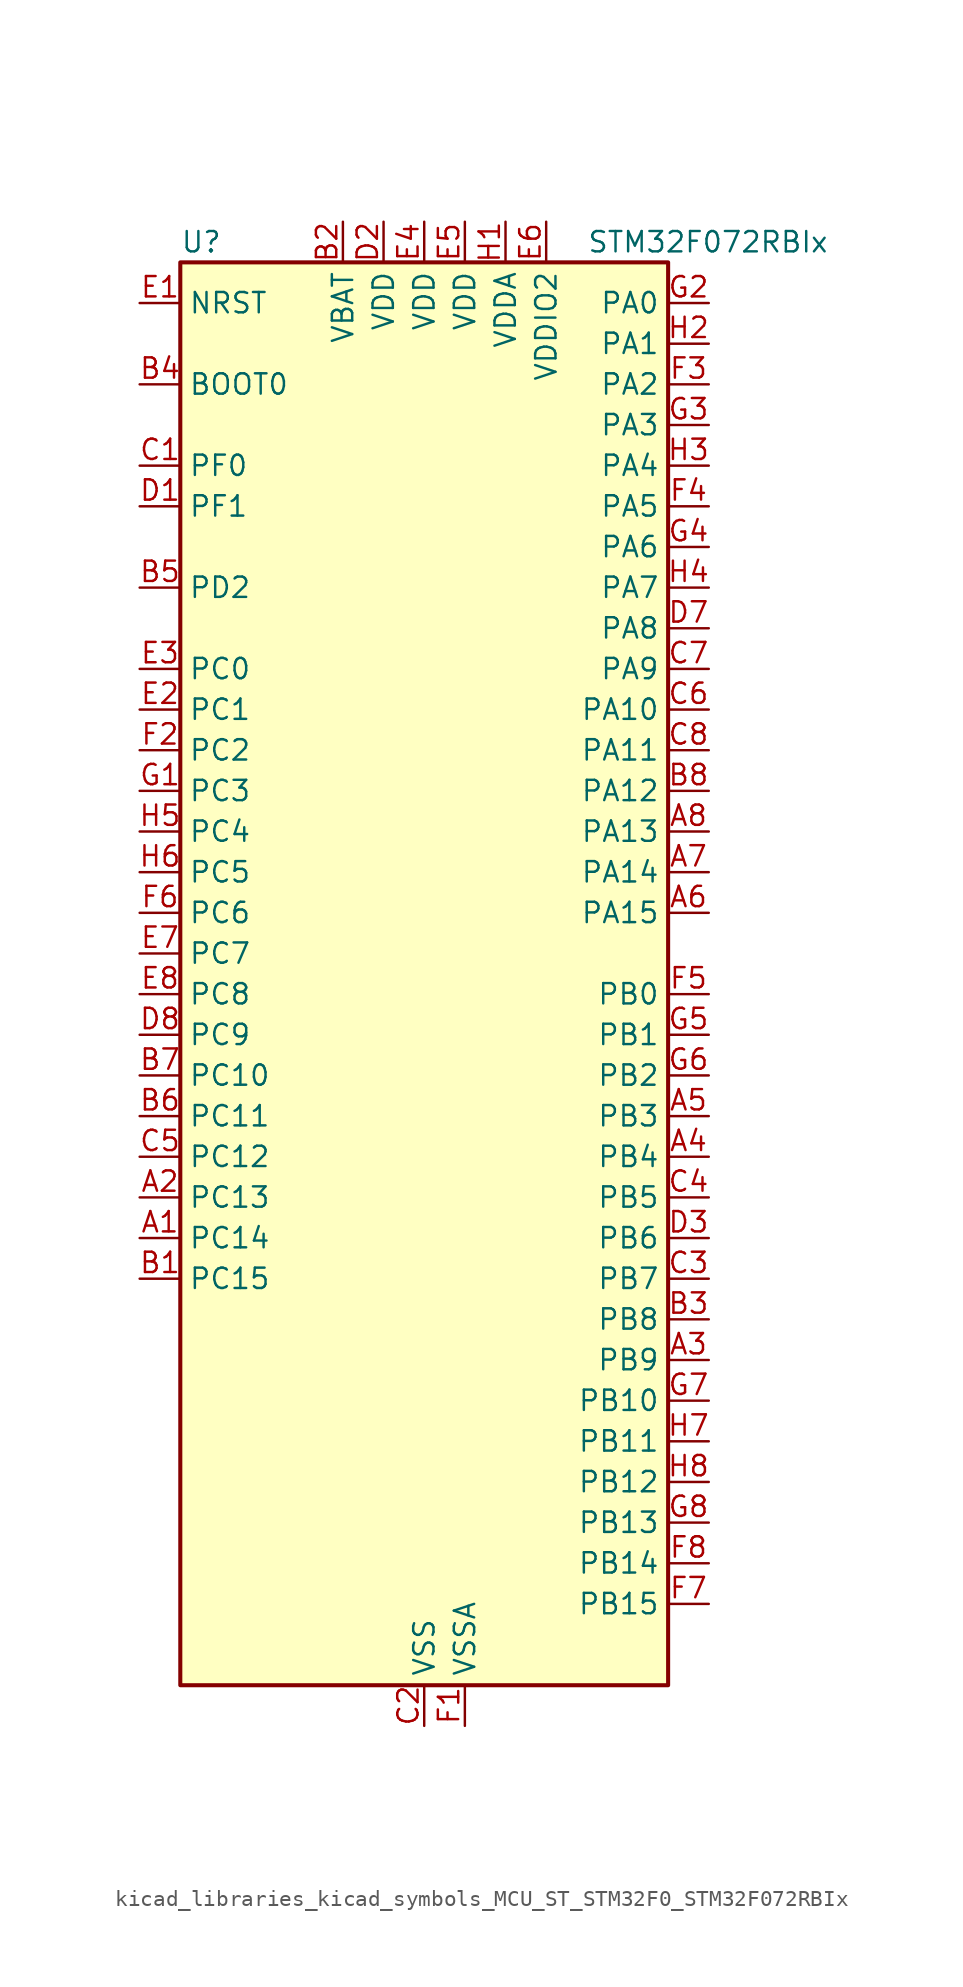
<source format=kicad_sym>
(kicad_symbol_lib
  (version 20220914)
  (generator kicad_symbol_editor)
  (symbol "kicad_libraries_kicad_symbols_MCU_ST_STM32F0_STM32F072RBIx"
    (property "Reference" "U"
      (at -15.24 46.99 0)
      (effects (font (size 1.27 1.27)) (justify left)))
    (property "Value" "STM32F072RBIx"
      (at 10.16 46.99 0)
      (effects (font (size 1.27 1.27)) (justify left)))
    (property "ki_locked" ""
      (at 0 0 0)
      (effects (font (size 1.27 1.27))))
    (symbol "kicad_libraries_kicad_symbols_MCU_ST_STM32F0_STM32F072RBIx_0_1"
      (rectangle (start -15.24 -43.18) (end 15.24 45.72) (stroke (width 0.254) (type default)) (fill (type background))))
    (symbol "kicad_libraries_kicad_symbols_MCU_ST_STM32F0_STM32F072RBIx_1_1"
      (pin bidirectional line (at -17.78 -15.24 0) (length 2.54) (name "PC14" (effects (font (size 1.27 1.27)))) (number "A1" (effects (font (size 1.27 1.27)))) (alternate "RCC_OSC32_IN" bidirectional line))
      (pin bidirectional line (at -17.78 -12.7 0) (length 2.54) (name "PC13" (effects (font (size 1.27 1.27)))) (number "A2" (effects (font (size 1.27 1.27)))) (alternate "RTC_OUT_ALARM" bidirectional line) (alternate "RTC_OUT_CALIB" bidirectional line) (alternate "RTC_TAMP1" bidirectional line) (alternate "RTC_TS" bidirectional line) (alternate "SYS_WKUP2" bidirectional line))
      (pin bidirectional line (at 17.78 -22.86 180) (length 2.54) (name "PB9" (effects (font (size 1.27 1.27)))) (number "A3" (effects (font (size 1.27 1.27)))) (alternate "CAN_TX" bidirectional line) (alternate "DAC_EXTI9" bidirectional line) (alternate "I2C1_SDA" bidirectional line) (alternate "I2S2_WS" bidirectional line) (alternate "IR_OUT" bidirectional line) (alternate "SPI2_NSS" bidirectional line) (alternate "TIM17_CH1" bidirectional line))
      (pin bidirectional line (at 17.78 -10.16 180) (length 2.54) (name "PB4" (effects (font (size 1.27 1.27)))) (number "A4" (effects (font (size 1.27 1.27)))) (alternate "I2S1_MCK" bidirectional line) (alternate "SPI1_MISO" bidirectional line) (alternate "TIM17_BKIN" bidirectional line) (alternate "TIM3_CH1" bidirectional line) (alternate "TSC_G5_IO2" bidirectional line))
      (pin bidirectional line (at 17.78 -7.62 180) (length 2.54) (name "PB3" (effects (font (size 1.27 1.27)))) (number "A5" (effects (font (size 1.27 1.27)))) (alternate "I2S1_CK" bidirectional line) (alternate "SPI1_SCK" bidirectional line) (alternate "TIM2_CH2" bidirectional line) (alternate "TSC_G5_IO1" bidirectional line))
      (pin bidirectional line (at 17.78 5.08 180) (length 2.54) (name "PA15" (effects (font (size 1.27 1.27)))) (number "A6" (effects (font (size 1.27 1.27)))) (alternate "I2S1_WS" bidirectional line) (alternate "SPI1_NSS" bidirectional line) (alternate "TIM2_CH1" bidirectional line) (alternate "TIM2_ETR" bidirectional line) (alternate "USART2_RX" bidirectional line) (alternate "USART4_DE" bidirectional line) (alternate "USART4_RTS" bidirectional line))
      (pin bidirectional line (at 17.78 7.62 180) (length 2.54) (name "PA14" (effects (font (size 1.27 1.27)))) (number "A7" (effects (font (size 1.27 1.27)))) (alternate "SYS_SWCLK" bidirectional line) (alternate "USART2_TX" bidirectional line))
      (pin bidirectional line (at 17.78 10.16 180) (length 2.54) (name "PA13" (effects (font (size 1.27 1.27)))) (number "A8" (effects (font (size 1.27 1.27)))) (alternate "IR_OUT" bidirectional line) (alternate "SYS_SWDIO" bidirectional line) (alternate "USB_NOE" bidirectional line))
      (pin bidirectional line (at -17.78 -17.78 0) (length 2.54) (name "PC15" (effects (font (size 1.27 1.27)))) (number "B1" (effects (font (size 1.27 1.27)))) (alternate "RCC_OSC32_OUT" bidirectional line))
      (pin power_in line (at -5.08 48.26 270) (length 2.54) (name "VBAT" (effects (font (size 1.27 1.27)))) (number "B2" (effects (font (size 1.27 1.27)))))
      (pin bidirectional line (at 17.78 -20.32 180) (length 2.54) (name "PB8" (effects (font (size 1.27 1.27)))) (number "B3" (effects (font (size 1.27 1.27)))) (alternate "CAN_RX" bidirectional line) (alternate "CEC" bidirectional line) (alternate "I2C1_SCL" bidirectional line) (alternate "TIM16_CH1" bidirectional line) (alternate "TSC_SYNC" bidirectional line))
      (pin input line (at -17.78 38.1 0) (length 2.54) (name "BOOT0" (effects (font (size 1.27 1.27)))) (number "B4" (effects (font (size 1.27 1.27)))))
      (pin bidirectional line (at -17.78 25.4 0) (length 2.54) (name "PD2" (effects (font (size 1.27 1.27)))) (number "B5" (effects (font (size 1.27 1.27)))) (alternate "TIM3_ETR" bidirectional line) (alternate "USART3_DE" bidirectional line) (alternate "USART3_RTS" bidirectional line))
      (pin bidirectional line (at -17.78 -7.62 0) (length 2.54) (name "PC11" (effects (font (size 1.27 1.27)))) (number "B6" (effects (font (size 1.27 1.27)))) (alternate "USART3_RX" bidirectional line) (alternate "USART4_RX" bidirectional line))
      (pin bidirectional line (at -17.78 -5.08 0) (length 2.54) (name "PC10" (effects (font (size 1.27 1.27)))) (number "B7" (effects (font (size 1.27 1.27)))) (alternate "USART3_TX" bidirectional line) (alternate "USART4_TX" bidirectional line))
      (pin bidirectional line (at 17.78 12.7 180) (length 2.54) (name "PA12" (effects (font (size 1.27 1.27)))) (number "B8" (effects (font (size 1.27 1.27)))) (alternate "CAN_TX" bidirectional line) (alternate "COMP2_OUT" bidirectional line) (alternate "TIM1_ETR" bidirectional line) (alternate "TSC_G4_IO4" bidirectional line) (alternate "USART1_DE" bidirectional line) (alternate "USART1_RTS" bidirectional line) (alternate "USB_DP" bidirectional line))
      (pin bidirectional line (at -17.78 33.02 0) (length 2.54) (name "PF0" (effects (font (size 1.27 1.27)))) (number "C1" (effects (font (size 1.27 1.27)))) (alternate "CRS_SYNC" bidirectional line) (alternate "RCC_OSC_IN" bidirectional line))
      (pin power_in line (at 0 -45.72 90) (length 2.54) (name "VSS" (effects (font (size 1.27 1.27)))) (number "C2" (effects (font (size 1.27 1.27)))))
      (pin bidirectional line (at 17.78 -17.78 180) (length 2.54) (name "PB7" (effects (font (size 1.27 1.27)))) (number "C3" (effects (font (size 1.27 1.27)))) (alternate "I2C1_SDA" bidirectional line) (alternate "TIM17_CH1N" bidirectional line) (alternate "TSC_G5_IO4" bidirectional line) (alternate "USART1_RX" bidirectional line) (alternate "USART4_CTS" bidirectional line))
      (pin bidirectional line (at 17.78 -12.7 180) (length 2.54) (name "PB5" (effects (font (size 1.27 1.27)))) (number "C4" (effects (font (size 1.27 1.27)))) (alternate "I2C1_SMBA" bidirectional line) (alternate "I2S1_SD" bidirectional line) (alternate "SPI1_MOSI" bidirectional line) (alternate "SYS_WKUP6" bidirectional line) (alternate "TIM16_BKIN" bidirectional line) (alternate "TIM3_CH2" bidirectional line))
      (pin bidirectional line (at -17.78 -10.16 0) (length 2.54) (name "PC12" (effects (font (size 1.27 1.27)))) (number "C5" (effects (font (size 1.27 1.27)))) (alternate "USART3_CK" bidirectional line) (alternate "USART4_CK" bidirectional line))
      (pin bidirectional line (at 17.78 17.78 180) (length 2.54) (name "PA10" (effects (font (size 1.27 1.27)))) (number "C6" (effects (font (size 1.27 1.27)))) (alternate "TIM17_BKIN" bidirectional line) (alternate "TIM1_CH3" bidirectional line) (alternate "TSC_G4_IO2" bidirectional line) (alternate "USART1_RX" bidirectional line))
      (pin bidirectional line (at 17.78 20.32 180) (length 2.54) (name "PA9" (effects (font (size 1.27 1.27)))) (number "C7" (effects (font (size 1.27 1.27)))) (alternate "DAC_EXTI9" bidirectional line) (alternate "TIM15_BKIN" bidirectional line) (alternate "TIM1_CH2" bidirectional line) (alternate "TSC_G4_IO1" bidirectional line) (alternate "USART1_TX" bidirectional line))
      (pin bidirectional line (at 17.78 15.24 180) (length 2.54) (name "PA11" (effects (font (size 1.27 1.27)))) (number "C8" (effects (font (size 1.27 1.27)))) (alternate "CAN_RX" bidirectional line) (alternate "COMP1_OUT" bidirectional line) (alternate "TIM1_CH4" bidirectional line) (alternate "TSC_G4_IO3" bidirectional line) (alternate "USART1_CTS" bidirectional line) (alternate "USB_DM" bidirectional line))
      (pin bidirectional line (at -17.78 30.48 0) (length 2.54) (name "PF1" (effects (font (size 1.27 1.27)))) (number "D1" (effects (font (size 1.27 1.27)))) (alternate "RCC_OSC_OUT" bidirectional line))
      (pin power_in line (at -2.54 48.26 270) (length 2.54) (name "VDD" (effects (font (size 1.27 1.27)))) (number "D2" (effects (font (size 1.27 1.27)))))
      (pin bidirectional line (at 17.78 -15.24 180) (length 2.54) (name "PB6" (effects (font (size 1.27 1.27)))) (number "D3" (effects (font (size 1.27 1.27)))) (alternate "I2C1_SCL" bidirectional line) (alternate "TIM16_CH1N" bidirectional line) (alternate "TSC_G5_IO3" bidirectional line) (alternate "USART1_TX" bidirectional line))
      (pin passive line (at 0 -45.72 90) (length 2.54) hide (name "VSS" (effects (font (size 1.27 1.27)))) (number "D4" (effects (font (size 1.27 1.27)))))
      (pin passive line (at 0 -45.72 90) (length 2.54) hide (name "VSS" (effects (font (size 1.27 1.27)))) (number "D5" (effects (font (size 1.27 1.27)))))
      (pin passive line (at 0 -45.72 90) (length 2.54) hide (name "VSS" (effects (font (size 1.27 1.27)))) (number "D6" (effects (font (size 1.27 1.27)))))
      (pin bidirectional line (at 17.78 22.86 180) (length 2.54) (name "PA8" (effects (font (size 1.27 1.27)))) (number "D7" (effects (font (size 1.27 1.27)))) (alternate "CRS_SYNC" bidirectional line) (alternate "RCC_MCO" bidirectional line) (alternate "TIM1_CH1" bidirectional line) (alternate "USART1_CK" bidirectional line))
      (pin bidirectional line (at -17.78 -2.54 0) (length 2.54) (name "PC9" (effects (font (size 1.27 1.27)))) (number "D8" (effects (font (size 1.27 1.27)))) (alternate "DAC_EXTI9" bidirectional line) (alternate "TIM3_CH4" bidirectional line))
      (pin input line (at -17.78 43.18 0) (length 2.54) (name "NRST" (effects (font (size 1.27 1.27)))) (number "E1" (effects (font (size 1.27 1.27)))))
      (pin bidirectional line (at -17.78 17.78 0) (length 2.54) (name "PC1" (effects (font (size 1.27 1.27)))) (number "E2" (effects (font (size 1.27 1.27)))) (alternate "ADC_IN11" bidirectional line))
      (pin bidirectional line (at -17.78 20.32 0) (length 2.54) (name "PC0" (effects (font (size 1.27 1.27)))) (number "E3" (effects (font (size 1.27 1.27)))) (alternate "ADC_IN10" bidirectional line))
      (pin power_in line (at 0 48.26 270) (length 2.54) (name "VDD" (effects (font (size 1.27 1.27)))) (number "E4" (effects (font (size 1.27 1.27)))))
      (pin power_in line (at 2.54 48.26 270) (length 2.54) (name "VDD" (effects (font (size 1.27 1.27)))) (number "E5" (effects (font (size 1.27 1.27)))))
      (pin power_in line (at 7.62 48.26 270) (length 2.54) (name "VDDIO2" (effects (font (size 1.27 1.27)))) (number "E6" (effects (font (size 1.27 1.27)))))
      (pin bidirectional line (at -17.78 2.54 0) (length 2.54) (name "PC7" (effects (font (size 1.27 1.27)))) (number "E7" (effects (font (size 1.27 1.27)))) (alternate "TIM3_CH2" bidirectional line))
      (pin bidirectional line (at -17.78 0 0) (length 2.54) (name "PC8" (effects (font (size 1.27 1.27)))) (number "E8" (effects (font (size 1.27 1.27)))) (alternate "TIM3_CH3" bidirectional line))
      (pin power_in line (at 2.54 -45.72 90) (length 2.54) (name "VSSA" (effects (font (size 1.27 1.27)))) (number "F1" (effects (font (size 1.27 1.27)))))
      (pin bidirectional line (at -17.78 15.24 0) (length 2.54) (name "PC2" (effects (font (size 1.27 1.27)))) (number "F2" (effects (font (size 1.27 1.27)))) (alternate "ADC_IN12" bidirectional line) (alternate "I2S2_MCK" bidirectional line) (alternate "SPI2_MISO" bidirectional line))
      (pin bidirectional line (at 17.78 38.1 180) (length 2.54) (name "PA2" (effects (font (size 1.27 1.27)))) (number "F3" (effects (font (size 1.27 1.27)))) (alternate "ADC_IN2" bidirectional line) (alternate "COMP2_INM" bidirectional line) (alternate "COMP2_OUT" bidirectional line) (alternate "SYS_WKUP4" bidirectional line) (alternate "TIM15_CH1" bidirectional line) (alternate "TIM2_CH3" bidirectional line) (alternate "TSC_G1_IO3" bidirectional line) (alternate "USART2_TX" bidirectional line))
      (pin bidirectional line (at 17.78 30.48 180) (length 2.54) (name "PA5" (effects (font (size 1.27 1.27)))) (number "F4" (effects (font (size 1.27 1.27)))) (alternate "ADC_IN5" bidirectional line) (alternate "CEC" bidirectional line) (alternate "COMP1_INM" bidirectional line) (alternate "COMP2_INM" bidirectional line) (alternate "DAC_OUT2" bidirectional line) (alternate "I2S1_CK" bidirectional line) (alternate "SPI1_SCK" bidirectional line) (alternate "TIM2_CH1" bidirectional line) (alternate "TIM2_ETR" bidirectional line) (alternate "TSC_G2_IO2" bidirectional line))
      (pin bidirectional line (at 17.78 0 180) (length 2.54) (name "PB0" (effects (font (size 1.27 1.27)))) (number "F5" (effects (font (size 1.27 1.27)))) (alternate "ADC_IN8" bidirectional line) (alternate "TIM1_CH2N" bidirectional line) (alternate "TIM3_CH3" bidirectional line) (alternate "TSC_G3_IO2" bidirectional line) (alternate "USART3_CK" bidirectional line))
      (pin bidirectional line (at -17.78 5.08 0) (length 2.54) (name "PC6" (effects (font (size 1.27 1.27)))) (number "F6" (effects (font (size 1.27 1.27)))) (alternate "TIM3_CH1" bidirectional line))
      (pin bidirectional line (at 17.78 -38.1 180) (length 2.54) (name "PB15" (effects (font (size 1.27 1.27)))) (number "F7" (effects (font (size 1.27 1.27)))) (alternate "I2S2_SD" bidirectional line) (alternate "RTC_REFIN" bidirectional line) (alternate "SPI2_MOSI" bidirectional line) (alternate "SYS_WKUP7" bidirectional line) (alternate "TIM15_CH1N" bidirectional line) (alternate "TIM15_CH2" bidirectional line) (alternate "TIM1_CH3N" bidirectional line))
      (pin bidirectional line (at 17.78 -35.56 180) (length 2.54) (name "PB14" (effects (font (size 1.27 1.27)))) (number "F8" (effects (font (size 1.27 1.27)))) (alternate "I2C2_SDA" bidirectional line) (alternate "I2S2_MCK" bidirectional line) (alternate "SPI2_MISO" bidirectional line) (alternate "TIM15_CH1" bidirectional line) (alternate "TIM1_CH2N" bidirectional line) (alternate "TSC_G6_IO4" bidirectional line) (alternate "USART3_DE" bidirectional line) (alternate "USART3_RTS" bidirectional line))
      (pin bidirectional line (at -17.78 12.7 0) (length 2.54) (name "PC3" (effects (font (size 1.27 1.27)))) (number "G1" (effects (font (size 1.27 1.27)))) (alternate "ADC_IN13" bidirectional line) (alternate "I2S2_SD" bidirectional line) (alternate "SPI2_MOSI" bidirectional line))
      (pin bidirectional line (at 17.78 43.18 180) (length 2.54) (name "PA0" (effects (font (size 1.27 1.27)))) (number "G2" (effects (font (size 1.27 1.27)))) (alternate "ADC_IN0" bidirectional line) (alternate "COMP1_INM" bidirectional line) (alternate "COMP1_OUT" bidirectional line) (alternate "RTC_TAMP2" bidirectional line) (alternate "SYS_WKUP1" bidirectional line) (alternate "TIM2_CH1" bidirectional line) (alternate "TIM2_ETR" bidirectional line) (alternate "TSC_G1_IO1" bidirectional line) (alternate "USART2_CTS" bidirectional line) (alternate "USART4_TX" bidirectional line))
      (pin bidirectional line (at 17.78 35.56 180) (length 2.54) (name "PA3" (effects (font (size 1.27 1.27)))) (number "G3" (effects (font (size 1.27 1.27)))) (alternate "ADC_IN3" bidirectional line) (alternate "COMP2_INP" bidirectional line) (alternate "TIM15_CH2" bidirectional line) (alternate "TIM2_CH4" bidirectional line) (alternate "TSC_G1_IO4" bidirectional line) (alternate "USART2_RX" bidirectional line))
      (pin bidirectional line (at 17.78 27.94 180) (length 2.54) (name "PA6" (effects (font (size 1.27 1.27)))) (number "G4" (effects (font (size 1.27 1.27)))) (alternate "ADC_IN6" bidirectional line) (alternate "COMP1_OUT" bidirectional line) (alternate "I2S1_MCK" bidirectional line) (alternate "SPI1_MISO" bidirectional line) (alternate "TIM16_CH1" bidirectional line) (alternate "TIM1_BKIN" bidirectional line) (alternate "TIM3_CH1" bidirectional line) (alternate "TSC_G2_IO3" bidirectional line) (alternate "USART3_CTS" bidirectional line))
      (pin bidirectional line (at 17.78 -2.54 180) (length 2.54) (name "PB1" (effects (font (size 1.27 1.27)))) (number "G5" (effects (font (size 1.27 1.27)))) (alternate "ADC_IN9" bidirectional line) (alternate "TIM14_CH1" bidirectional line) (alternate "TIM1_CH3N" bidirectional line) (alternate "TIM3_CH4" bidirectional line) (alternate "TSC_G3_IO3" bidirectional line) (alternate "USART3_DE" bidirectional line) (alternate "USART3_RTS" bidirectional line))
      (pin bidirectional line (at 17.78 -5.08 180) (length 2.54) (name "PB2" (effects (font (size 1.27 1.27)))) (number "G6" (effects (font (size 1.27 1.27)))) (alternate "TSC_G3_IO4" bidirectional line))
      (pin bidirectional line (at 17.78 -25.4 180) (length 2.54) (name "PB10" (effects (font (size 1.27 1.27)))) (number "G7" (effects (font (size 1.27 1.27)))) (alternate "CEC" bidirectional line) (alternate "I2C2_SCL" bidirectional line) (alternate "I2S2_CK" bidirectional line) (alternate "SPI2_SCK" bidirectional line) (alternate "TIM2_CH3" bidirectional line) (alternate "TSC_SYNC" bidirectional line) (alternate "USART3_TX" bidirectional line))
      (pin bidirectional line (at 17.78 -33.02 180) (length 2.54) (name "PB13" (effects (font (size 1.27 1.27)))) (number "G8" (effects (font (size 1.27 1.27)))) (alternate "I2C2_SCL" bidirectional line) (alternate "I2S2_CK" bidirectional line) (alternate "SPI2_SCK" bidirectional line) (alternate "TIM1_CH1N" bidirectional line) (alternate "TSC_G6_IO3" bidirectional line) (alternate "USART3_CTS" bidirectional line))
      (pin power_in line (at 5.08 48.26 270) (length 2.54) (name "VDDA" (effects (font (size 1.27 1.27)))) (number "H1" (effects (font (size 1.27 1.27)))))
      (pin bidirectional line (at 17.78 40.64 180) (length 2.54) (name "PA1" (effects (font (size 1.27 1.27)))) (number "H2" (effects (font (size 1.27 1.27)))) (alternate "ADC_IN1" bidirectional line) (alternate "COMP1_INP" bidirectional line) (alternate "TIM15_CH1N" bidirectional line) (alternate "TIM2_CH2" bidirectional line) (alternate "TSC_G1_IO2" bidirectional line) (alternate "USART2_DE" bidirectional line) (alternate "USART2_RTS" bidirectional line) (alternate "USART4_RX" bidirectional line))
      (pin bidirectional line (at 17.78 33.02 180) (length 2.54) (name "PA4" (effects (font (size 1.27 1.27)))) (number "H3" (effects (font (size 1.27 1.27)))) (alternate "ADC_IN4" bidirectional line) (alternate "COMP1_INM" bidirectional line) (alternate "COMP2_INM" bidirectional line) (alternate "DAC_OUT1" bidirectional line) (alternate "I2S1_WS" bidirectional line) (alternate "SPI1_NSS" bidirectional line) (alternate "TIM14_CH1" bidirectional line) (alternate "TSC_G2_IO1" bidirectional line) (alternate "USART2_CK" bidirectional line))
      (pin bidirectional line (at 17.78 25.4 180) (length 2.54) (name "PA7" (effects (font (size 1.27 1.27)))) (number "H4" (effects (font (size 1.27 1.27)))) (alternate "ADC_IN7" bidirectional line) (alternate "COMP2_OUT" bidirectional line) (alternate "I2S1_SD" bidirectional line) (alternate "SPI1_MOSI" bidirectional line) (alternate "TIM14_CH1" bidirectional line) (alternate "TIM17_CH1" bidirectional line) (alternate "TIM1_CH1N" bidirectional line) (alternate "TIM3_CH2" bidirectional line) (alternate "TSC_G2_IO4" bidirectional line))
      (pin bidirectional line (at -17.78 10.16 0) (length 2.54) (name "PC4" (effects (font (size 1.27 1.27)))) (number "H5" (effects (font (size 1.27 1.27)))) (alternate "ADC_IN14" bidirectional line) (alternate "USART3_TX" bidirectional line))
      (pin bidirectional line (at -17.78 7.62 0) (length 2.54) (name "PC5" (effects (font (size 1.27 1.27)))) (number "H6" (effects (font (size 1.27 1.27)))) (alternate "ADC_IN15" bidirectional line) (alternate "SYS_WKUP5" bidirectional line) (alternate "TSC_G3_IO1" bidirectional line) (alternate "USART3_RX" bidirectional line))
      (pin bidirectional line (at 17.78 -27.94 180) (length 2.54) (name "PB11" (effects (font (size 1.27 1.27)))) (number "H7" (effects (font (size 1.27 1.27)))) (alternate "I2C2_SDA" bidirectional line) (alternate "TIM2_CH4" bidirectional line) (alternate "TSC_G6_IO1" bidirectional line) (alternate "USART3_RX" bidirectional line))
      (pin bidirectional line (at 17.78 -30.48 180) (length 2.54) (name "PB12" (effects (font (size 1.27 1.27)))) (number "H8" (effects (font (size 1.27 1.27)))) (alternate "I2S2_WS" bidirectional line) (alternate "SPI2_NSS" bidirectional line) (alternate "TIM15_BKIN" bidirectional line) (alternate "TIM1_BKIN" bidirectional line) (alternate "TSC_G6_IO2" bidirectional line) (alternate "USART3_CK" bidirectional line)))))
</source>
